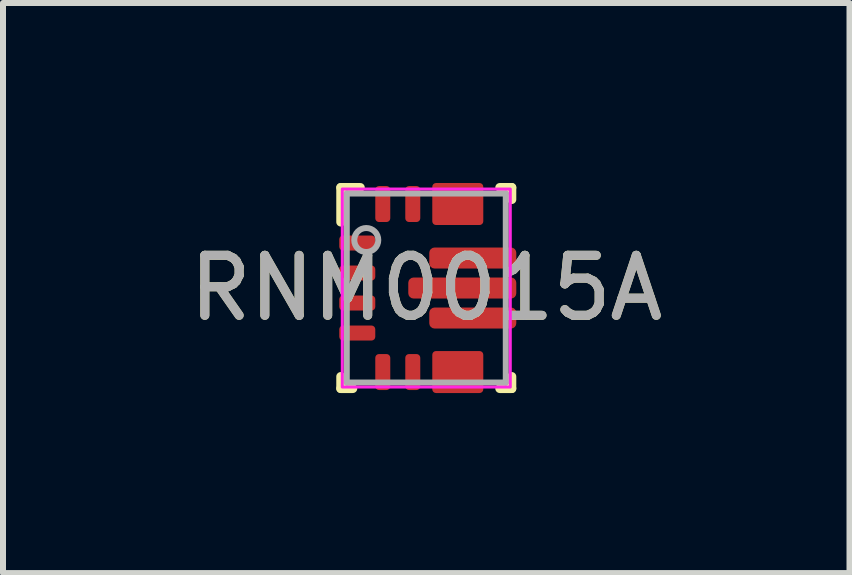
<source format=kicad_pcb>
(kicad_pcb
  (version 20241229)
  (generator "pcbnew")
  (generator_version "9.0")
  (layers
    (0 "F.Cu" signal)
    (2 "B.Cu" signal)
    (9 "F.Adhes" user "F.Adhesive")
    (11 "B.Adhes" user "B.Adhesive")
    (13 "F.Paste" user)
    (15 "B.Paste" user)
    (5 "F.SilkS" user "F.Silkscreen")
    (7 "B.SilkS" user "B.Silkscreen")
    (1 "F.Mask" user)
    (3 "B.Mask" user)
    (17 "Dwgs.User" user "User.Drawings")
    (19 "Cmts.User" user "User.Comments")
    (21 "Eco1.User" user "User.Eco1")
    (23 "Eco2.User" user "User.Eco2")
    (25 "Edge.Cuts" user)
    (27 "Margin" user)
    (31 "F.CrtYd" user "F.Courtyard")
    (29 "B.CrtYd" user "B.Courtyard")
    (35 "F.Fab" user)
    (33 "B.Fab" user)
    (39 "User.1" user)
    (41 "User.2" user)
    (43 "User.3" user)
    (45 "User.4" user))
  (footprint "RNM0015A"
    (layer "F.Cu")
    (at 4.054 1.75)
    (property "Reference" "RNM0015A" (at 0 0 0) (unlocked yes) (layer "F.SilkS") (effects (font (size 1 1) (thickness 0.15))))
    (attr smd)
    (fp_poly (pts (xy 0.15 -1.15) (xy 0.15 -1.3) (xy 0.151 -1.31) (xy 0.154 -1.319) (xy 0.158 -1.328) (xy 0.165 -1.335) (xy 0.172 -1.342) (xy 0.181 -1.346) (xy 0.19 -1.349) (xy 0.2 -1.35) (xy 0.85 -1.35) (xy 0.86 -1.349) (xy 0.869 -1.346) (xy 0.878 -1.342) (xy 0.885 -1.335) (xy 0.892 -1.328) (xy 0.896 -1.319) (xy 0.899 -1.31) (xy 0.9 -1.3) (xy 0.9 -1.15) (xy 0.899 -1.14) (xy 0.896 -1.131) (xy 0.892 -1.122) (xy 0.885 -1.115) (xy 0.878 -1.108) (xy 0.869 -1.104) (xy 0.86 -1.101) (xy 0.85 -1.1) (xy 0.2 -1.1) (xy 0.19 -1.101) (xy 0.181 -1.104) (xy 0.172 -1.108) (xy 0.165 -1.115) (xy 0.158 -1.122) (xy 0.154 -1.131) (xy 0.151 -1.14)) (stroke (width 0) (type solid)) (fill yes) (layer "F.Mask"))
    (fp_poly (pts (xy 0.15 1.3) (xy 0.15 1.15) (xy 0.151 1.14) (xy 0.154 1.131) (xy 0.158 1.122) (xy 0.165 1.115) (xy 0.172 1.108) (xy 0.181 1.104) (xy 0.19 1.101) (xy 0.2 1.1) (xy 0.85 1.1) (xy 0.86 1.101) (xy 0.869 1.104) (xy 0.878 1.108) (xy 0.885 1.115) (xy 0.892 1.122) (xy 0.896 1.131) (xy 0.899 1.14) (xy 0.9 1.15) (xy 0.9 1.3) (xy 0.899 1.31) (xy 0.896 1.319) (xy 0.892 1.328) (xy 0.885 1.335) (xy 0.878 1.342) (xy 0.869 1.346) (xy 0.86 1.349) (xy 0.85 1.35) (xy 0.2 1.35) (xy 0.19 1.349) (xy 0.181 1.346) (xy 0.172 1.342) (xy 0.165 1.335) (xy 0.158 1.328) (xy 0.154 1.319) (xy 0.151 1.31)) (stroke (width 0) (type solid)) (fill yes) (layer "F.Mask"))
    (fp_poly (pts (xy 0.2 1.1) (xy 0.35 1.1) (xy 0.36 1.101) (xy 0.369 1.104) (xy 0.378 1.108) (xy 0.385 1.115) (xy 0.392 1.122) (xy 0.396 1.131) (xy 0.399 1.14) (xy 0.4 1.15) (xy 0.4 1.65) (xy 0.399 1.66) (xy 0.396 1.669) (xy 0.392 1.678) (xy 0.385 1.685) (xy 0.378 1.692) (xy 0.369 1.696) (xy 0.36 1.699) (xy 0.35 1.7) (xy 0.2 1.7) (xy 0.19 1.699) (xy 0.181 1.696) (xy 0.172 1.692) (xy 0.165 1.685) (xy 0.158 1.678) (xy 0.154 1.669) (xy 0.151 1.66) (xy 0.15 1.65) (xy 0.15 1.15) (xy 0.151 1.14) (xy 0.154 1.131) (xy 0.158 1.122) (xy 0.165 1.115) (xy 0.172 1.108) (xy 0.181 1.104) (xy 0.19 1.101)) (stroke (width 0) (type solid)) (fill yes) (layer "F.Mask"))
    (fp_poly (pts (xy 0.35 -1.1) (xy 0.2 -1.1) (xy 0.19 -1.101) (xy 0.181 -1.104) (xy 0.172 -1.108) (xy 0.165 -1.115) (xy 0.158 -1.122) (xy 0.154 -1.131) (xy 0.151 -1.14) (xy 0.15 -1.15) (xy 0.15 -1.65) (xy 0.151 -1.66) (xy 0.154 -1.669) (xy 0.158 -1.678) (xy 0.165 -1.685) (xy 0.172 -1.692) (xy 0.181 -1.696) (xy 0.19 -1.699) (xy 0.2 -1.7) (xy 0.35 -1.7) (xy 0.36 -1.699) (xy 0.369 -1.696) (xy 0.378 -1.692) (xy 0.385 -1.685) (xy 0.392 -1.678) (xy 0.396 -1.669) (xy 0.399 -1.66) (xy 0.4 -1.65) (xy 0.4 -1.15) (xy 0.399 -1.14) (xy 0.396 -1.131) (xy 0.392 -1.122) (xy 0.385 -1.115) (xy 0.378 -1.108) (xy 0.369 -1.104) (xy 0.36 -1.101)) (stroke (width 0) (type solid)) (fill yes) (layer "F.Mask"))
    (fp_poly (pts (xy 0.7 1.1) (xy 0.85 1.1) (xy 0.86 1.101) (xy 0.869 1.104) (xy 0.878 1.108) (xy 0.885 1.115) (xy 0.892 1.122) (xy 0.896 1.131) (xy 0.899 1.14) (xy 0.9 1.15) (xy 0.9 1.65) (xy 0.899 1.66) (xy 0.896 1.669) (xy 0.892 1.678) (xy 0.885 1.685) (xy 0.878 1.692) (xy 0.869 1.696) (xy 0.86 1.699) (xy 0.85 1.7) (xy 0.7 1.7) (xy 0.69 1.699) (xy 0.681 1.696) (xy 0.672 1.692) (xy 0.665 1.685) (xy 0.658 1.678) (xy 0.654 1.669) (xy 0.651 1.66) (xy 0.65 1.65) (xy 0.65 1.15) (xy 0.651 1.14) (xy 0.654 1.131) (xy 0.658 1.122) (xy 0.665 1.115) (xy 0.672 1.108) (xy 0.681 1.104) (xy 0.69 1.101)) (stroke (width 0) (type solid)) (fill yes) (layer "F.Mask"))
    (fp_poly (pts (xy 0.85 -1.1) (xy 0.7 -1.1) (xy 0.69 -1.101) (xy 0.681 -1.104) (xy 0.672 -1.108) (xy 0.665 -1.115) (xy 0.658 -1.122) (xy 0.654 -1.131) (xy 0.651 -1.14) (xy 0.65 -1.15) (xy 0.65 -1.65) (xy 0.651 -1.66) (xy 0.654 -1.669) (xy 0.658 -1.678) (xy 0.665 -1.685) (xy 0.672 -1.692) (xy 0.681 -1.696) (xy 0.69 -1.699) (xy 0.7 -1.7) (xy 0.85 -1.7) (xy 0.86 -1.699) (xy 0.869 -1.696) (xy 0.878 -1.692) (xy 0.885 -1.685) (xy 0.892 -1.678) (xy 0.896 -1.669) (xy 0.899 -1.66) (xy 0.9 -1.65) (xy 0.9 -1.15) (xy 0.899 -1.14) (xy 0.896 -1.131) (xy 0.892 -1.122) (xy 0.885 -1.115) (xy 0.878 -1.108) (xy 0.869 -1.104) (xy 0.86 -1.101)) (stroke (width 0) (type solid)) (fill yes) (layer "F.Mask"))
    (fp_line (start -1.425 -1.675) (end -1.1 -1.675) (stroke (width 0.15) (type solid)) (layer "F.SilkS"))
    (fp_line (start -1.425 -1.1) (end -1.425 -1.675) (stroke (width 0.15) (type solid)) (layer "F.SilkS"))
    (fp_line (start -1.425 1.675) (end -1.425 1.475) (stroke (width 0.15) (type solid)) (layer "F.SilkS"))
    (fp_line (start -1.425 1.675) (end -1.225 1.675) (stroke (width 0.15) (type solid)) (layer "F.SilkS"))
    (fp_line (start 1.225 -1.675) (end 1.425 -1.675) (stroke (width 0.15) (type solid)) (layer "F.SilkS"))
    (fp_line (start 1.225 1.675) (end 1.425 1.675) (stroke (width 0.15) (type solid)) (layer "F.SilkS"))
    (fp_line (start 1.425 -1.475) (end 1.425 -1.675) (stroke (width 0.15) (type solid)) (layer "F.SilkS"))
    (fp_line (start 1.425 1.675) (end 1.425 1.475) (stroke (width 0.15) (type solid)) (layer "F.SilkS"))
    (fp_poly (pts (xy -0.22 0.075) (xy -0.22 -0.075) (xy -0.219 -0.085) (xy -0.216 -0.094) (xy -0.212 -0.103) (xy -0.205 -0.11) (xy -0.198 -0.117) (xy -0.189 -0.121) (xy -0.18 -0.124) (xy -0.17 -0.125) (xy 0.45 -0.125) (xy 0.46 -0.124) (xy 0.469 -0.121) (xy 0.478 -0.117) (xy 0.485 -0.11) (xy 0.492 -0.103) (xy 0.496 -0.094) (xy 0.499 -0.085) (xy 0.5 -0.075) (xy 0.5 0.075) (xy 0.499 0.085) (xy 0.496 0.094) (xy 0.492 0.103) (xy 0.485 0.11) (xy 0.478 0.117) (xy 0.469 0.121) (xy 0.46 0.124) (xy 0.45 0.125) (xy -0.17 0.125) (xy -0.18 0.124) (xy -0.189 0.121) (xy -0.198 0.117) (xy -0.205 0.11) (xy -0.212 0.103) (xy -0.216 0.094) (xy -0.219 0.085)) (stroke (width 0) (type solid)) (fill yes) (layer "F.Paste"))
    (fp_poly (pts (xy 0.101 -0.425) (xy 0.101 -0.575) (xy 0.101 -0.585) (xy 0.104 -0.594) (xy 0.109 -0.603) (xy 0.115 -0.61) (xy 0.123 -0.617) (xy 0.131 -0.621) (xy 0.141 -0.624) (xy 0.15 -0.625) (xy 0.625 -0.625) (xy 0.635 -0.624) (xy 0.645 -0.621) (xy 0.653 -0.617) (xy 0.661 -0.61) (xy 0.667 -0.603) (xy 0.672 -0.594) (xy 0.675 -0.585) (xy 0.675 -0.575) (xy 0.675 -0.425) (xy 0.675 -0.415) (xy 0.672 -0.406) (xy 0.667 -0.397) (xy 0.661 -0.39) (xy 0.653 -0.383) (xy 0.645 -0.379) (xy 0.635 -0.376) (xy 0.625 -0.375) (xy 0.15 -0.375) (xy 0.141 -0.376) (xy 0.131 -0.379) (xy 0.123 -0.383) (xy 0.115 -0.39) (xy 0.109 -0.397) (xy 0.104 -0.406) (xy 0.101 -0.415)) (stroke (width 0) (type solid)) (fill yes) (layer "F.Paste"))
    (fp_poly (pts (xy 0.101 0.575) (xy 0.101 0.425) (xy 0.101 0.415) (xy 0.104 0.406) (xy 0.109 0.397) (xy 0.115 0.39) (xy 0.123 0.383) (xy 0.131 0.379) (xy 0.141 0.376) (xy 0.15 0.375) (xy 0.625 0.375) (xy 0.635 0.376) (xy 0.645 0.379) (xy 0.653 0.383) (xy 0.661 0.39) (xy 0.667 0.397) (xy 0.672 0.406) (xy 0.675 0.415) (xy 0.675 0.425) (xy 0.675 0.575) (xy 0.675 0.585) (xy 0.672 0.594) (xy 0.667 0.603) (xy 0.661 0.61) (xy 0.653 0.617) (xy 0.645 0.621) (xy 0.635 0.624) (xy 0.625 0.625) (xy 0.15 0.625) (xy 0.141 0.624) (xy 0.131 0.621) (xy 0.123 0.617) (xy 0.115 0.61) (xy 0.109 0.603) (xy 0.104 0.594) (xy 0.101 0.585)) (stroke (width 0) (type solid)) (fill yes) (layer "F.Paste"))
    (fp_poly (pts (xy 0.15 -1.15) (xy 0.15 -1.3) (xy 0.151 -1.31) (xy 0.154 -1.319) (xy 0.158 -1.328) (xy 0.165 -1.335) (xy 0.172 -1.342) (xy 0.181 -1.346) (xy 0.19 -1.349) (xy 0.2 -1.35) (xy 0.85 -1.35) (xy 0.86 -1.349) (xy 0.869 -1.346) (xy 0.878 -1.342) (xy 0.885 -1.335) (xy 0.892 -1.328) (xy 0.896 -1.319) (xy 0.899 -1.31) (xy 0.9 -1.3) (xy 0.9 -1.15) (xy 0.899 -1.14) (xy 0.896 -1.131) (xy 0.892 -1.122) (xy 0.885 -1.115) (xy 0.878 -1.108) (xy 0.869 -1.104) (xy 0.86 -1.101) (xy 0.85 -1.1) (xy 0.2 -1.1) (xy 0.19 -1.101) (xy 0.181 -1.104) (xy 0.172 -1.108) (xy 0.165 -1.115) (xy 0.158 -1.122) (xy 0.154 -1.131) (xy 0.151 -1.14)) (stroke (width 0) (type solid)) (fill yes) (layer "F.Paste"))
    (fp_poly (pts (xy 0.15 1.3) (xy 0.15 1.15) (xy 0.151 1.14) (xy 0.154 1.131) (xy 0.158 1.122) (xy 0.165 1.115) (xy 0.172 1.108) (xy 0.181 1.104) (xy 0.19 1.101) (xy 0.2 1.1) (xy 0.85 1.1) (xy 0.86 1.101) (xy 0.869 1.104) (xy 0.878 1.108) (xy 0.885 1.115) (xy 0.892 1.122) (xy 0.896 1.131) (xy 0.899 1.14) (xy 0.9 1.15) (xy 0.9 1.3) (xy 0.899 1.31) (xy 0.896 1.319) (xy 0.892 1.328) (xy 0.885 1.335) (xy 0.878 1.342) (xy 0.869 1.346) (xy 0.86 1.349) (xy 0.85 1.35) (xy 0.2 1.35) (xy 0.19 1.349) (xy 0.181 1.346) (xy 0.172 1.342) (xy 0.165 1.335) (xy 0.158 1.328) (xy 0.154 1.319) (xy 0.151 1.31)) (stroke (width 0) (type solid)) (fill yes) (layer "F.Paste"))
    (fp_poly (pts (xy 0.2 1.1) (xy 0.35 1.1) (xy 0.36 1.101) (xy 0.369 1.104) (xy 0.378 1.108) (xy 0.385 1.115) (xy 0.392 1.122) (xy 0.396 1.131) (xy 0.399 1.14) (xy 0.4 1.15) (xy 0.4 1.65) (xy 0.399 1.66) (xy 0.396 1.669) (xy 0.392 1.678) (xy 0.385 1.685) (xy 0.378 1.692) (xy 0.369 1.696) (xy 0.36 1.699) (xy 0.35 1.7) (xy 0.2 1.7) (xy 0.19 1.699) (xy 0.181 1.696) (xy 0.172 1.692) (xy 0.165 1.685) (xy 0.158 1.678) (xy 0.154 1.669) (xy 0.151 1.66) (xy 0.15 1.65) (xy 0.15 1.15) (xy 0.151 1.14) (xy 0.154 1.131) (xy 0.158 1.122) (xy 0.165 1.115) (xy 0.172 1.108) (xy 0.181 1.104) (xy 0.19 1.101)) (stroke (width 0) (type solid)) (fill yes) (layer "F.Paste"))
    (fp_poly (pts (xy 0.35 -1.1) (xy 0.2 -1.1) (xy 0.19 -1.101) (xy 0.181 -1.104) (xy 0.172 -1.108) (xy 0.165 -1.115) (xy 0.158 -1.122) (xy 0.154 -1.131) (xy 0.151 -1.14) (xy 0.15 -1.15) (xy 0.15 -1.65) (xy 0.151 -1.66) (xy 0.154 -1.669) (xy 0.158 -1.678) (xy 0.165 -1.685) (xy 0.172 -1.692) (xy 0.181 -1.696) (xy 0.19 -1.699) (xy 0.2 -1.7) (xy 0.35 -1.7) (xy 0.36 -1.699) (xy 0.369 -1.696) (xy 0.378 -1.692) (xy 0.385 -1.685) (xy 0.392 -1.678) (xy 0.396 -1.669) (xy 0.399 -1.66) (xy 0.4 -1.65) (xy 0.4 -1.15) (xy 0.399 -1.14) (xy 0.396 -1.131) (xy 0.392 -1.122) (xy 0.385 -1.115) (xy 0.378 -1.108) (xy 0.369 -1.104) (xy 0.36 -1.101)) (stroke (width 0) (type solid)) (fill yes) (layer "F.Paste"))
    (fp_poly (pts (xy 0.7 0.075) (xy 0.7 -0.075) (xy 0.701 -0.085) (xy 0.704 -0.094) (xy 0.708 -0.103) (xy 0.715 -0.11) (xy 0.722 -0.117) (xy 0.731 -0.121) (xy 0.74 -0.124) (xy 0.75 -0.125) (xy 1.37 -0.125) (xy 1.38 -0.124) (xy 1.389 -0.121) (xy 1.398 -0.117) (xy 1.405 -0.11) (xy 1.412 -0.103) (xy 1.416 -0.094) (xy 1.419 -0.085) (xy 1.42 -0.075) (xy 1.42 0.075) (xy 1.419 0.085) (xy 1.416 0.094) (xy 1.412 0.103) (xy 1.405 0.11) (xy 1.398 0.117) (xy 1.389 0.121) (xy 1.38 0.124) (xy 1.37 0.125) (xy 0.75 0.125) (xy 0.74 0.124) (xy 0.731 0.121) (xy 0.722 0.117) (xy 0.715 0.11) (xy 0.708 0.103) (xy 0.704 0.094) (xy 0.701 0.085)) (stroke (width 0) (type solid)) (fill yes) (layer "F.Paste"))
    (fp_poly (pts (xy 0.7 1.1) (xy 0.85 1.1) (xy 0.86 1.101) (xy 0.869 1.104) (xy 0.878 1.108) (xy 0.885 1.115) (xy 0.892 1.122) (xy 0.896 1.131) (xy 0.899 1.14) (xy 0.9 1.15) (xy 0.9 1.65) (xy 0.899 1.66) (xy 0.896 1.669) (xy 0.892 1.678) (xy 0.885 1.685) (xy 0.878 1.692) (xy 0.869 1.696) (xy 0.86 1.699) (xy 0.85 1.7) (xy 0.7 1.7) (xy 0.69 1.699) (xy 0.681 1.696) (xy 0.672 1.692) (xy 0.665 1.685) (xy 0.658 1.678) (xy 0.654 1.669) (xy 0.651 1.66) (xy 0.65 1.65) (xy 0.65 1.15) (xy 0.651 1.14) (xy 0.654 1.131) (xy 0.658 1.122) (xy 0.665 1.115) (xy 0.672 1.108) (xy 0.681 1.104) (xy 0.69 1.101)) (stroke (width 0) (type solid)) (fill yes) (layer "F.Paste"))
    (fp_poly (pts (xy 0.85 -1.1) (xy 0.7 -1.1) (xy 0.69 -1.101) (xy 0.681 -1.104) (xy 0.672 -1.108) (xy 0.665 -1.115) (xy 0.658 -1.122) (xy 0.654 -1.131) (xy 0.651 -1.14) (xy 0.65 -1.15) (xy 0.65 -1.65) (xy 0.651 -1.66) (xy 0.654 -1.669) (xy 0.658 -1.678) (xy 0.665 -1.685) (xy 0.672 -1.692) (xy 0.681 -1.696) (xy 0.69 -1.699) (xy 0.7 -1.7) (xy 0.85 -1.7) (xy 0.86 -1.699) (xy 0.869 -1.696) (xy 0.878 -1.692) (xy 0.885 -1.685) (xy 0.892 -1.678) (xy 0.896 -1.669) (xy 0.899 -1.66) (xy 0.9 -1.65) (xy 0.9 -1.15) (xy 0.899 -1.14) (xy 0.896 -1.131) (xy 0.892 -1.122) (xy 0.885 -1.115) (xy 0.878 -1.108) (xy 0.869 -1.104) (xy 0.86 -1.101)) (stroke (width 0) (type solid)) (fill yes) (layer "F.Paste"))
    (fp_poly (pts (xy 0.875 -0.425) (xy 0.875 -0.575) (xy 0.876 -0.585) (xy 0.879 -0.594) (xy 0.884 -0.603) (xy 0.89 -0.61) (xy 0.898 -0.617) (xy 0.906 -0.621) (xy 0.916 -0.624) (xy 0.925 -0.625) (xy 1.401 -0.625) (xy 1.41 -0.624) (xy 1.42 -0.621) (xy 1.428 -0.617) (xy 1.436 -0.61) (xy 1.442 -0.603) (xy 1.447 -0.594) (xy 1.45 -0.585) (xy 1.45 -0.575) (xy 1.45 -0.425) (xy 1.45 -0.415) (xy 1.447 -0.406) (xy 1.442 -0.397) (xy 1.436 -0.39) (xy 1.428 -0.383) (xy 1.42 -0.379) (xy 1.41 -0.376) (xy 1.401 -0.375) (xy 0.925 -0.375) (xy 0.916 -0.376) (xy 0.906 -0.379) (xy 0.898 -0.383) (xy 0.89 -0.39) (xy 0.884 -0.397) (xy 0.879 -0.406) (xy 0.876 -0.415)) (stroke (width 0) (type solid)) (fill yes) (layer "F.Paste"))
    (fp_poly (pts (xy 0.875 0.575) (xy 0.875 0.425) (xy 0.876 0.415) (xy 0.879 0.406) (xy 0.884 0.397) (xy 0.89 0.39) (xy 0.898 0.383) (xy 0.906 0.379) (xy 0.916 0.376) (xy 0.925 0.375) (xy 1.401 0.375) (xy 1.41 0.376) (xy 1.42 0.379) (xy 1.428 0.383) (xy 1.436 0.39) (xy 1.442 0.397) (xy 1.447 0.406) (xy 1.45 0.415) (xy 1.45 0.425) (xy 1.45 0.575) (xy 1.45 0.585) (xy 1.447 0.594) (xy 1.442 0.603) (xy 1.436 0.61) (xy 1.428 0.617) (xy 1.42 0.621) (xy 1.41 0.624) (xy 1.401 0.625) (xy 0.925 0.625) (xy 0.916 0.624) (xy 0.906 0.621) (xy 0.898 0.617) (xy 0.89 0.61) (xy 0.884 0.603) (xy 0.879 0.594) (xy 0.876 0.585)) (stroke (width 0) (type solid)) (fill yes) (layer "F.Paste"))
    (fp_rect (start -1.4 -1.65) (end 1.4 1.65) (stroke (width 0.05) (type solid)) (fill no) (layer "F.CrtYd"))
    (fp_line (start -1.325 -1.575) (end 1.325 -1.575) (stroke (width 0.1) (type solid)) (layer "F.Fab"))
    (fp_line (start -1.325 1.575) (end -1.325 -1.575) (stroke (width 0.1) (type solid)) (layer "F.Fab"))
    (fp_line (start -1.325 1.575) (end 1.325 1.575) (stroke (width 0.1) (type solid)) (layer "F.Fab"))
    (fp_line (start 1.325 1.575) (end 1.325 -1.575) (stroke (width 0.1) (type solid)) (layer "F.Fab"))
    (fp_circle (center -1 -0.8) (end -0.8 -0.8) (stroke (width 0.1) (type solid)) (fill no) (layer "F.Fab"))
    (fp_text user "${REFERENCE}" (at 0 0 0) (unlocked yes) (layer "F.Fab") (effects (font (size 1 1) (thickness 0.15))))
    (pad "1" smd roundrect (at -1.15 -0.75 90) (size 0.25 0.6) (layers "F.Cu" "F.Mask" "F.Paste") (roundrect_rratio 0.25))
    (pad "2" smd roundrect (at -1.15 -0.25 90) (size 0.25 0.6) (layers "F.Cu" "F.Mask" "F.Paste") (roundrect_rratio 0.25))
    (pad "3" smd roundrect (at -1.15 0.25 90) (size 0.25 0.6) (layers "F.Cu" "F.Mask" "F.Paste") (roundrect_rratio 0.25))
    (pad "4" smd roundrect (at -1.15 0.75 90) (size 0.25 0.6) (layers "F.Cu" "F.Mask" "F.Paste") (roundrect_rratio 0.25))
    (pad "5" smd roundrect (at -0.725 1.4) (size 0.25 0.6) (layers "F.Cu" "F.Mask" "F.Paste") (roundrect_rratio 0.25))
    (pad "6" smd roundrect (at -0.225 1.4) (size 0.25 0.6) (layers "F.Cu" "F.Mask" "F.Paste") (roundrect_rratio 0.25))
    (pad "8" smd roundrect (at 0.525 1.4 90) (size 0.7 0.85) (layers "F.Cu" "F.Mask") (roundrect_rratio 0.089))
    (pad "9" smd roundrect (at 0.775 0.5 90) (size 0.35 1.45) (layers "F.Cu" "F.Mask") (roundrect_rratio 0.25))
    (pad "10" smd roundrect (at 0.6 0 90) (size 0.35 1.8) (layers "F.Cu" "F.Mask") (roundrect_rratio 0.25))
    (pad "11" smd roundrect (at 0.775 -0.5 90) (size 0.35 1.45) (layers "F.Cu" "F.Mask") (roundrect_rratio 0.25))
    (pad "13" smd roundrect (at 0.525 -1.4 90) (size 0.7 0.85) (layers "F.Cu" "F.Mask") (roundrect_rratio 0.089))
    (pad "14" smd roundrect (at -0.225 -1.4) (size 0.25 0.6) (layers "F.Cu" "F.Mask" "F.Paste") (roundrect_rratio 0.25))
    (pad "15" smd roundrect (at -0.725 -1.4) (size 0.25 0.6) (layers "F.Cu" "F.Mask" "F.Paste") (roundrect_rratio 0.25)))
  (gr_rect
    (start -3 -3)
    (end 11.107 6.5)
    (stroke (width 0.1) (type default))
    (fill no)
    (layer "Edge.Cuts")))
</source>
